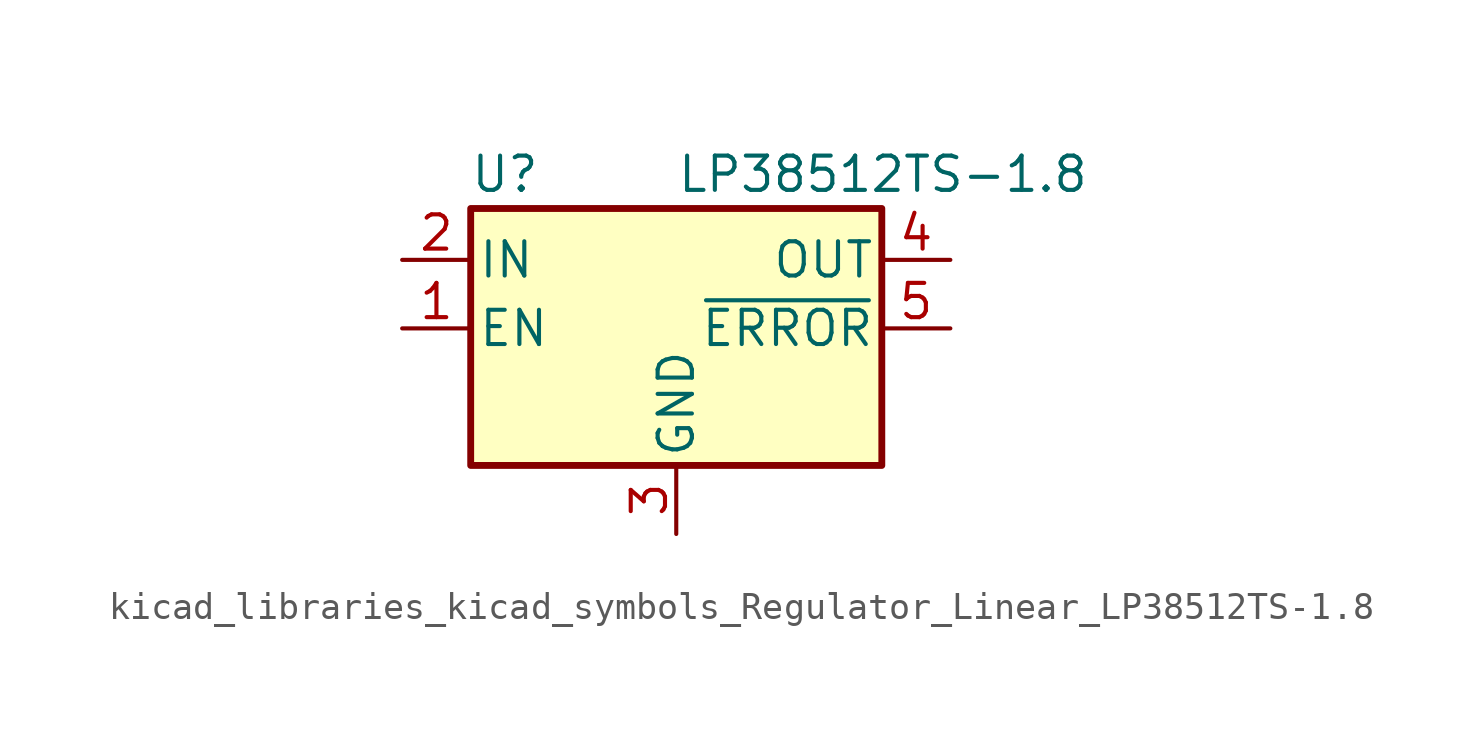
<source format=kicad_sym>
(kicad_symbol_lib
  (version 20220914)
  (generator kicad_symbol_editor)
  (symbol "kicad_libraries_kicad_symbols_Regulator_Linear_LP38512TS-1.8"
    (pin_names
      (offset 0.254))
    (property "Reference" "U"
      (at -6.35 5.715 0)
      (effects (font (size 1.27 1.27))))
    (property "Value" "LP38512TS-1.8"
      (at 0 5.715 0)
      (effects (font (size 1.27 1.27)) (justify left)))
    (symbol "kicad_libraries_kicad_symbols_Regulator_Linear_LP38512TS-1.8_0_1"
      (rectangle (start -7.62 -5.08) (end 7.62 4.445) (stroke (width 0.254) (type default)) (fill (type background))))
    (symbol "kicad_libraries_kicad_symbols_Regulator_Linear_LP38512TS-1.8_1_1"
      (pin input line (at -10.16 0 0) (length 2.54) (name "EN" (effects (font (size 1.27 1.27)))) (number "1" (effects (font (size 1.27 1.27)))))
      (pin power_in line (at -10.16 2.54 0) (length 2.54) (name "IN" (effects (font (size 1.27 1.27)))) (number "2" (effects (font (size 1.27 1.27)))))
      (pin power_in line (at 0 -7.62 90) (length 2.54) (name "GND" (effects (font (size 1.27 1.27)))) (number "3" (effects (font (size 1.27 1.27)))))
      (pin power_out line (at 10.16 2.54 180) (length 2.54) (name "OUT" (effects (font (size 1.27 1.27)))) (number "4" (effects (font (size 1.27 1.27)))))
      (pin open_collector line (at 10.16 0 180) (length 2.54) (name "~{ERROR}" (effects (font (size 1.27 1.27)))) (number "5" (effects (font (size 1.27 1.27)))))
      (pin passive line (at 0 -7.62 90) (length 2.54) hide (name "GND" (effects (font (size 1.27 1.27)))) (number "6" (effects (font (size 1.27 1.27))))))))
</source>
